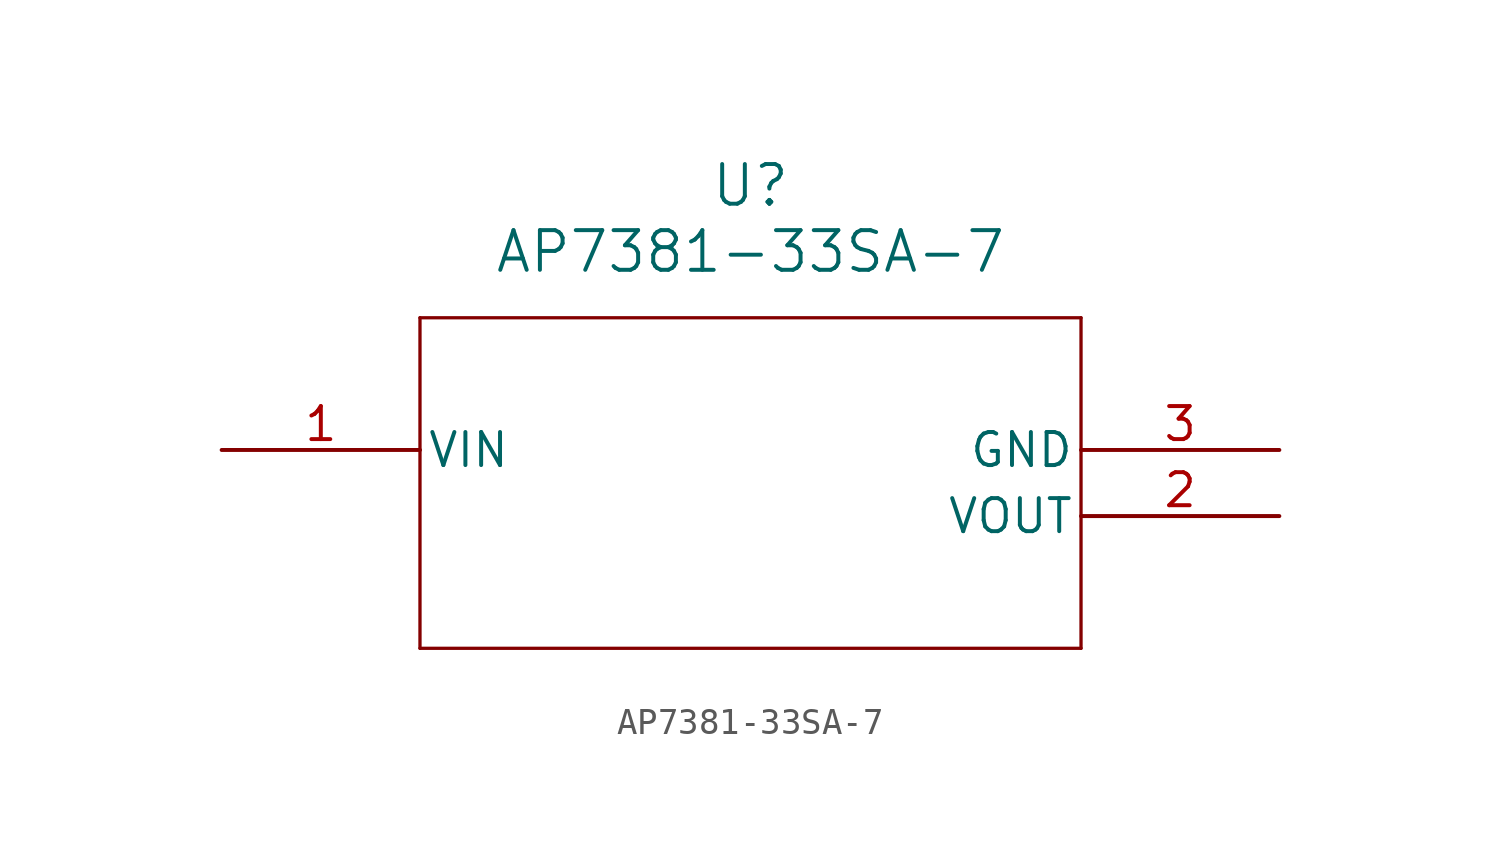
<source format=kicad_sym>
(kicad_symbol_lib
  (version 20211014)
  (generator kicad_symbol_editor)
  (symbol "AP7381-33SA-7"
    (pin_names
      (offset 0.254))
    (property "Reference" "U"
      (at 20.32 10.16 0)
      (effects (font (size 1.524 1.524))))
    (property "Value" "AP7381-33SA-7"
      (at 20.32 7.62 0)
      (effects (font (size 1.524 1.524))))
    (symbol "AP7381-33SA-7_0_1"
      (polyline (pts (xy 7.62 5.08) (xy 7.62 -7.62)) (stroke (width 0.127) (type default) (color 0 0 0 0)) (fill (type none)))
      (polyline (pts (xy 7.62 -7.62) (xy 33.02 -7.62)) (stroke (width 0.127) (type default) (color 0 0 0 0)) (fill (type none)))
      (polyline (pts (xy 33.02 -7.62) (xy 33.02 5.08)) (stroke (width 0.127) (type default) (color 0 0 0 0)) (fill (type none)))
      (polyline (pts (xy 33.02 5.08) (xy 7.62 5.08)) (stroke (width 0.127) (type default) (color 0 0 0 0)) (fill (type none)))
      (pin input line (at 0 0 0) (length 7.62) (name "VIN" (effects (font (size 1.27 1.27)))) (number "1" (effects (font (size 1.27 1.27)))))
      (pin output line (at 40.64 -2.54 180) (length 7.62) (name "VOUT" (effects (font (size 1.27 1.27)))) (number "2" (effects (font (size 1.27 1.27)))))
      (pin power_out line (at 40.64 0 180) (length 7.62) (name "GND" (effects (font (size 1.27 1.27)))) (number "3" (effects (font (size 1.27 1.27))))))))
</source>
